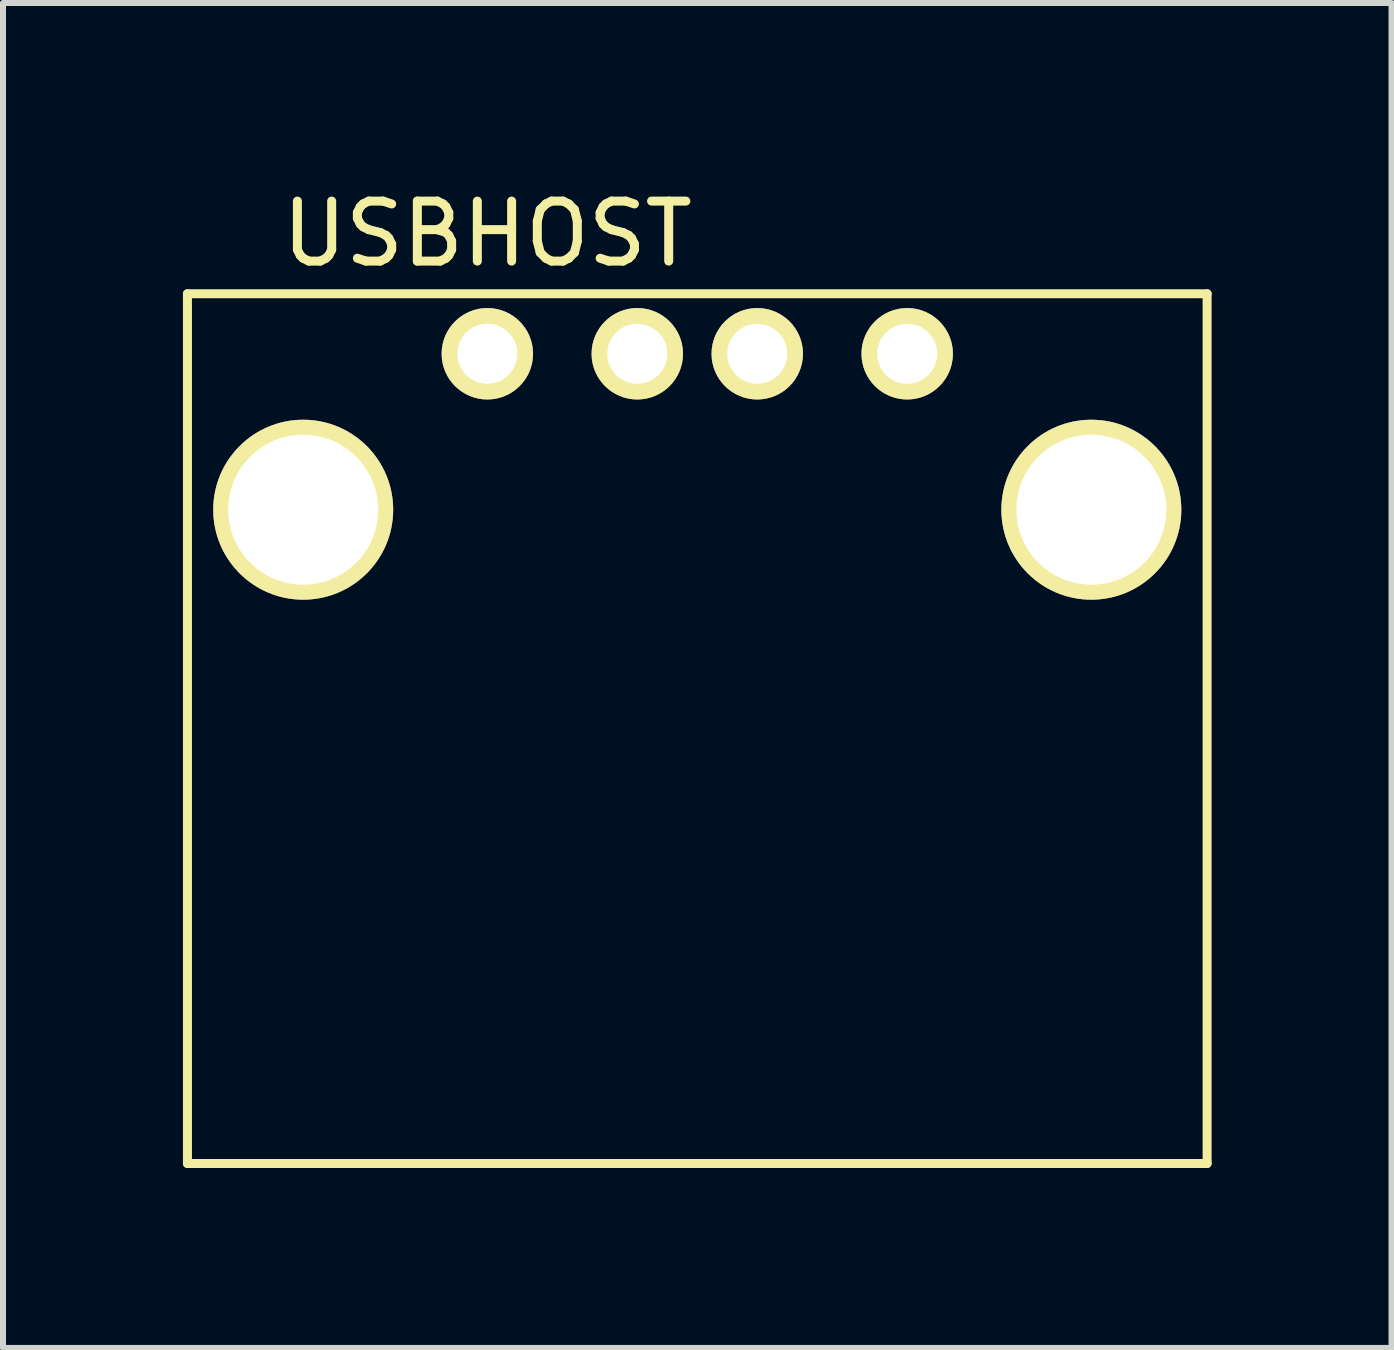
<source format=kicad_pcb>
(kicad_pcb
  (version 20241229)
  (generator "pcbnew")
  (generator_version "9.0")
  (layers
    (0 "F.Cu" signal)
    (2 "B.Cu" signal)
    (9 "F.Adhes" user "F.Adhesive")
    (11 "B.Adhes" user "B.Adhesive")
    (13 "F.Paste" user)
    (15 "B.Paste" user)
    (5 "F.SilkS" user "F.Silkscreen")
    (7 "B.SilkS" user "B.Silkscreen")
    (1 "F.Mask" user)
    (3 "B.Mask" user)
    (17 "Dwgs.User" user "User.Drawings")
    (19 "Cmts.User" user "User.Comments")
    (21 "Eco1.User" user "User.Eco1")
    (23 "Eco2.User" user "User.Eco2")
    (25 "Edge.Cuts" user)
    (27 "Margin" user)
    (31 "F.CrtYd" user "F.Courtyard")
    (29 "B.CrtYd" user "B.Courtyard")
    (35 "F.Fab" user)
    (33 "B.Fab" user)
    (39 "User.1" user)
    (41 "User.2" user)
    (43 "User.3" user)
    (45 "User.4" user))
  (footprint "USBHOST"
    (layer "F.Cu")
    (at 5.075 2.848)
    (property "Reference" "USBHOST" (at 0 -2 0) (layer "F.SilkS") (effects (font (size 1 1) (thickness 0.15))))
    (attr through_hole)
    (fp_line (start -5 -1) (end 12 -1) (stroke (width 0.15) (type solid)) (layer "F.SilkS"))
    (fp_line (start -5 13.5) (end -5 -1) (stroke (width 0.15) (type solid)) (layer "F.SilkS"))
    (fp_line (start 12 -1) (end 12 13.5) (stroke (width 0.15) (type solid)) (layer "F.SilkS"))
    (fp_line (start 12 13.5) (end -5 13.5) (stroke (width 0.15) (type solid)) (layer "F.SilkS"))
    (pad "1" thru_hole circle (at 0 0) (size 1.524 1.524) (drill 1) (layers "*.Cu" "*.Paste" "*.Mask" "F.SilkS"))
    (pad "2" thru_hole circle (at 2.5 0) (size 1.524 1.524) (drill 1) (layers "*.Cu" "*.Paste" "*.Mask" "F.SilkS"))
    (pad "3" thru_hole circle (at 4.5 0) (size 1.524 1.524) (drill 1) (layers "*.Cu" "*.Paste" "*.Mask" "F.SilkS"))
    (pad "4" thru_hole circle (at 7 0) (size 1.524 1.524) (drill 1) (layers "*.Cu" "*.Paste" "*.Mask" "F.SilkS"))
    (pad "5" thru_hole circle (at -3.07 2.6) (size 3 3) (drill 2.5) (layers "*.Cu" "*.Paste" "*.Mask" "F.SilkS"))
    (pad "5" thru_hole circle (at 10.07 2.6) (size 3 3) (drill 2.5) (layers "*.Cu" "*.Paste" "*.Mask" "F.SilkS")))
  (gr_rect
    (start -3 -3)
    (end 20.15 19.423)
    (stroke (width 0.1) (type default))
    (fill no)
    (layer "Edge.Cuts")))
</source>
